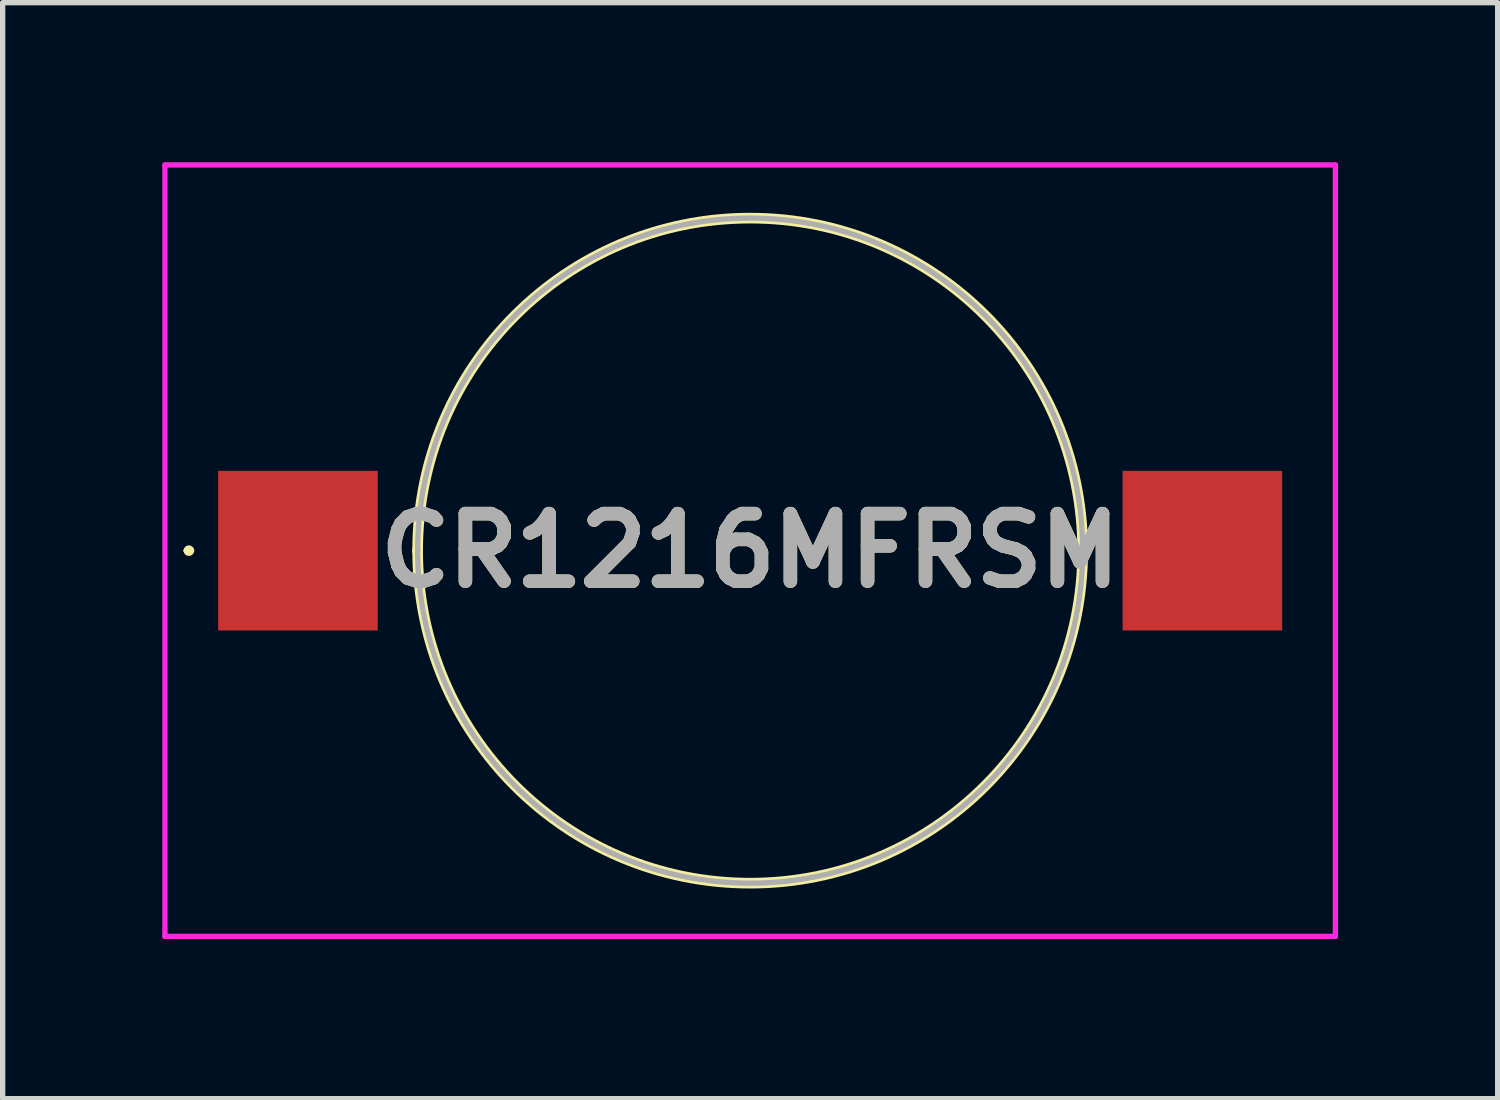
<source format=kicad_pcb>
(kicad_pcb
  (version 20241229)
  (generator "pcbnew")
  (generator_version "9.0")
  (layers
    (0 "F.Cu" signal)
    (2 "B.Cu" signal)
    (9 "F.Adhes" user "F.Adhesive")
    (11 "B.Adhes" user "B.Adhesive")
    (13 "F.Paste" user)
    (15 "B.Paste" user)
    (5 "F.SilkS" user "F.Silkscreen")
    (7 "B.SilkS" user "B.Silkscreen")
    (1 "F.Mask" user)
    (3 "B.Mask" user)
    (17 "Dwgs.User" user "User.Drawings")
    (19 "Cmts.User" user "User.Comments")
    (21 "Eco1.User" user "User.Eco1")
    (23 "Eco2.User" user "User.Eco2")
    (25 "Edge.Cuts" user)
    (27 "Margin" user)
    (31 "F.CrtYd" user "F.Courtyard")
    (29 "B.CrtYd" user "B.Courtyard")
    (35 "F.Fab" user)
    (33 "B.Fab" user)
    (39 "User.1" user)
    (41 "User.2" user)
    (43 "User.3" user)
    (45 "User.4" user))
  (footprint "CR1216MFRSM"
    (layer "F.Cu")
    (at 11.05 7.3)
    (property "Reference" "CR1216MFRSM" (at 0 0 0) (layer "F.SilkS") (effects (font (size 1.27 1.27) (thickness 0.254))))
    (attr smd)
    (fp_line (start -10.6 0) (end -10.6 0) (stroke (width 0.1) (type solid)) (layer "F.SilkS"))
    (fp_line (start -10.5 0) (end -10.5 0) (stroke (width 0.1) (type solid)) (layer "F.SilkS"))
    (fp_line (start -6.25 0) (end -6.25 0) (stroke (width 0.2) (type solid)) (layer "F.SilkS"))
    (fp_line (start 6.25 0) (end 6.25 0) (stroke (width 0.2) (type solid)) (layer "F.SilkS"))
    (fp_arc (start -10.6 0) (mid -10.55 -0.05) (end -10.5 0) (stroke (width 0.1) (type solid)) (layer "F.SilkS"))
    (fp_arc (start -10.5 0) (mid -10.55 0.05) (end -10.6 0) (stroke (width 0.1) (type solid)) (layer "F.SilkS"))
    (fp_arc (start -6.25 0) (mid 0 -6.25) (end 6.25 0) (stroke (width 0.2) (type solid)) (layer "F.SilkS"))
    (fp_arc (start 6.25 0) (mid 0 6.25) (end -6.25 0) (stroke (width 0.2) (type solid)) (layer "F.SilkS"))
    (fp_line (start -11 -7.25) (end 11 -7.25) (stroke (width 0.1) (type solid)) (layer "F.CrtYd"))
    (fp_line (start -11 7.25) (end -11 -7.25) (stroke (width 0.1) (type solid)) (layer "F.CrtYd"))
    (fp_line (start 11 -7.25) (end 11 7.25) (stroke (width 0.1) (type solid)) (layer "F.CrtYd"))
    (fp_line (start 11 7.25) (end -11 7.25) (stroke (width 0.1) (type solid)) (layer "F.CrtYd"))
    (fp_line (start -6.25 0) (end -6.25 0) (stroke (width 0.1) (type solid)) (layer "F.Fab"))
    (fp_line (start 6.25 0) (end 6.25 0) (stroke (width 0.1) (type solid)) (layer "F.Fab"))
    (fp_arc (start -6.25 0) (mid 0 -6.25) (end 6.25 0) (stroke (width 0.1) (type solid)) (layer "F.Fab"))
    (fp_arc (start 6.25 0) (mid 0 6.25) (end -6.25 0) (stroke (width 0.1) (type solid)) (layer "F.Fab"))
    (fp_text user "${REFERENCE}" (at 0 0 0) (layer "F.Fab") (effects (font (size 1.27 1.27) (thickness 0.254))))
    (pad "1" smd rect (at -8.5 0 90) (size 3 3) (layers "F.Cu" "F.Mask" "F.Paste"))
    (pad "2" smd rect (at 8.5 0 90) (size 3 3) (layers "F.Cu" "F.Mask" "F.Paste")))
  (gr_rect
    (start -3 -3)
    (end 25.1 17.6)
    (stroke (width 0.1) (type default))
    (fill no)
    (layer "Edge.Cuts")))
</source>
